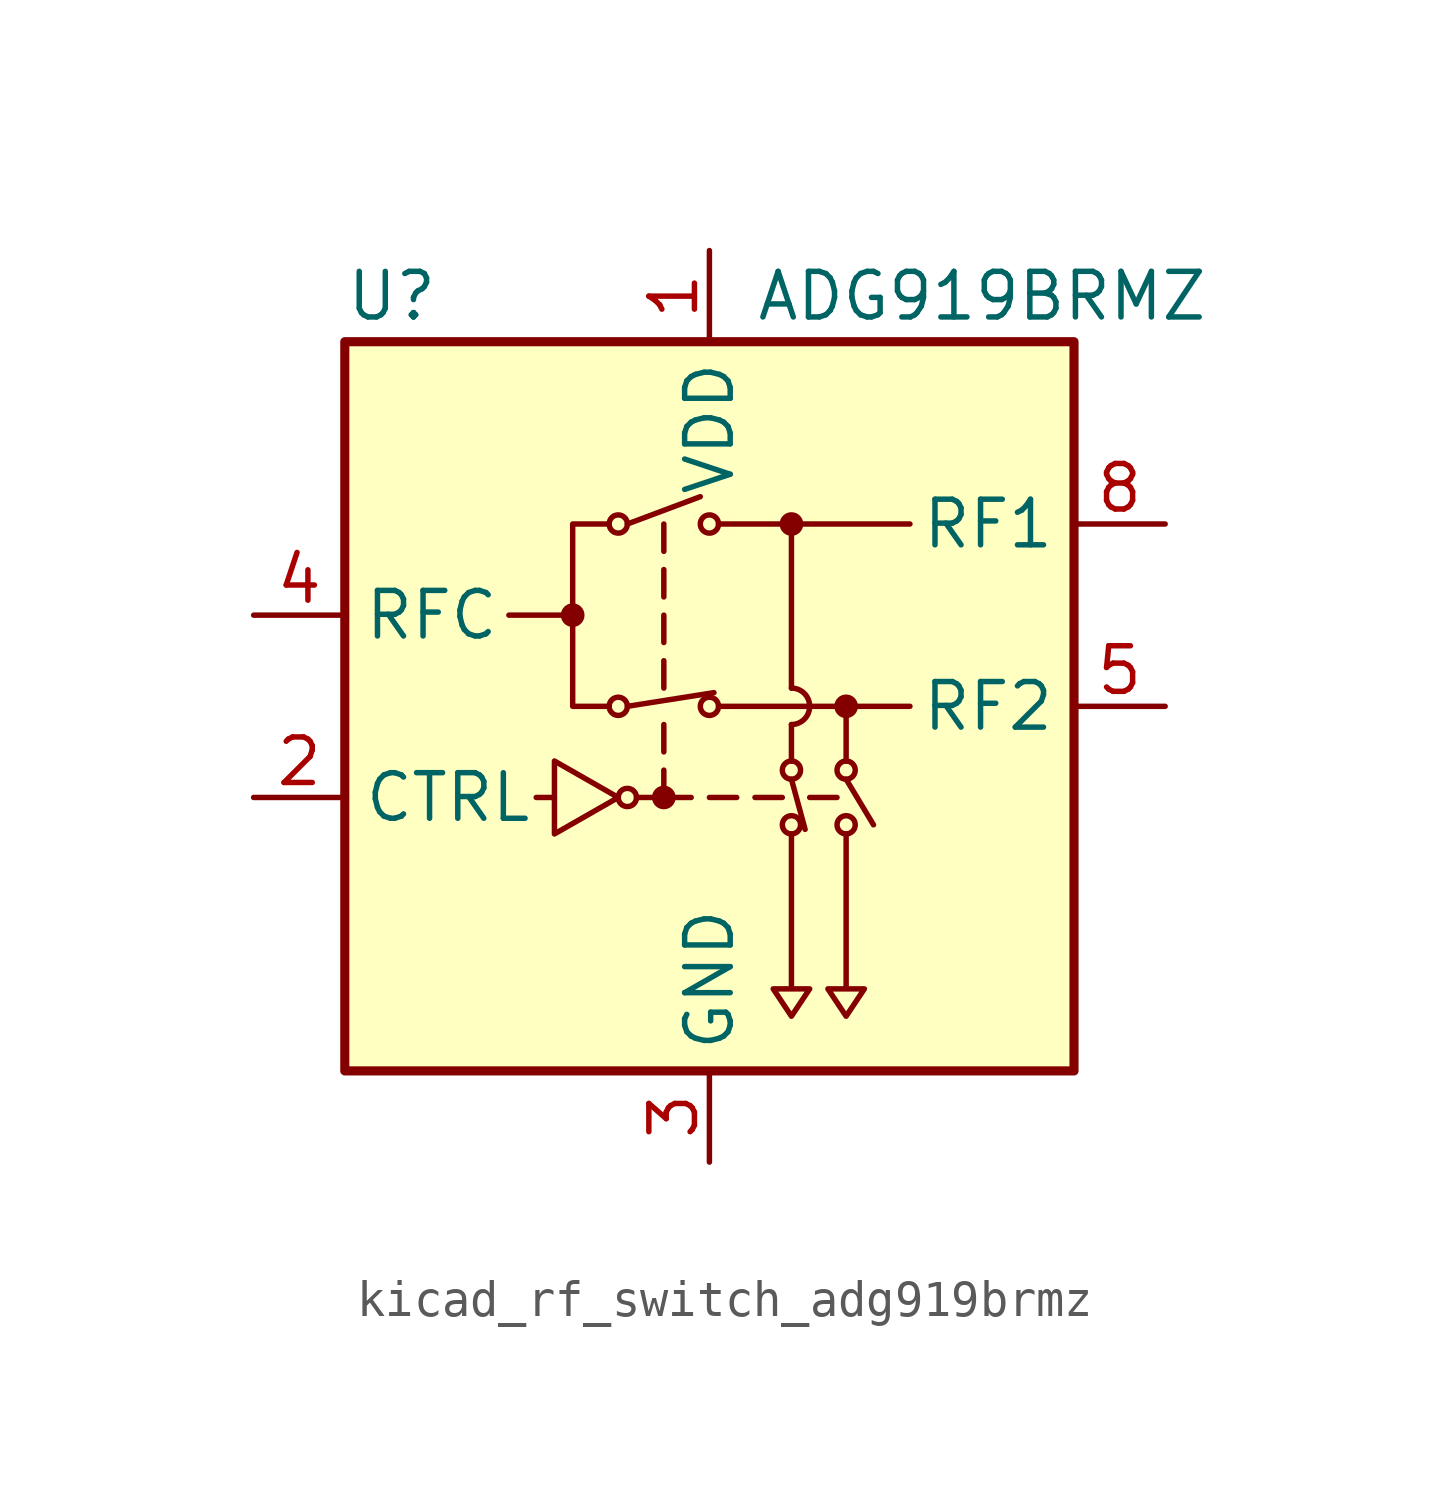
<source format=kicad_sym>
(kicad_symbol_lib
  (version 20220914)
  (generator kicad_symbol_editor)
  (symbol "kicad_rf_switch_adg919brmz"
    (property "Reference" "U"
      (at -10.16 11.43 0)
      (effects (font (size 1.27 1.27)) (justify left)))
    (property "Value" "ADG919BRMZ"
      (at 1.27 11.43 0)
      (effects (font (size 1.27 1.27)) (justify left)))
    (symbol "kicad_rf_switch_adg919brmz_0_0"
      (rectangle (start -10.16 10.16) (end 10.16 -10.16) (stroke (width 0.254) (type default)) (fill (type background)))
      (circle (center -3.81 2.54) (radius 0.254) (stroke (width 0) (type default)) (fill (type outline)))
      (circle (center -2.286 -2.54) (radius 0.254) (stroke (width 0) (type default)) (fill (type none)))
      (circle (center -1.27 -2.54) (radius 0.254) (stroke (width 0) (type default)) (fill (type outline)))
      (polyline (pts (xy -4.318 -2.54) (xy -4.826 -2.54)) (stroke (width 0) (type default)) (fill (type none)))
      (polyline (pts (xy -3.81 2.54) (xy -5.588 2.54)) (stroke (width 0) (type default)) (fill (type none)))
      (polyline (pts (xy -1.27 -2.54) (xy -1.27 -1.778)) (stroke (width 0) (type default)) (fill (type none)))
      (polyline (pts (xy -1.27 -1.27) (xy -1.27 -0.508)) (stroke (width 0) (type default)) (fill (type none)))
      (polyline (pts (xy -1.27 1.27) (xy -1.27 0.508)) (stroke (width 0) (type default)) (fill (type none)))
      (polyline (pts (xy -1.27 2.54) (xy -1.27 1.778)) (stroke (width 0) (type default)) (fill (type none)))
      (polyline (pts (xy -1.27 3.81) (xy -1.27 3.048)) (stroke (width 0) (type default)) (fill (type none)))
      (polyline (pts (xy -1.27 5.08) (xy -1.27 4.318)) (stroke (width 0) (type default)) (fill (type none)))
      (polyline (pts (xy -0.508 -2.54) (xy -2.032 -2.54)) (stroke (width 0) (type default)) (fill (type none)))
      (polyline (pts (xy 0 -2.54) (xy 0.762 -2.54)) (stroke (width 0) (type default)) (fill (type none)))
      (polyline (pts (xy 0.254 0) (xy 5.588 0)) (stroke (width 0) (type default)) (fill (type none)))
      (polyline (pts (xy 0.254 5.08) (xy 5.588 5.08)) (stroke (width 0) (type default)) (fill (type none)))
      (polyline (pts (xy 2.032 -2.54) (xy 1.27 -2.54)) (stroke (width 0) (type default)) (fill (type none)))
      (polyline (pts (xy 2.286 0.508) (xy 2.286 5.08)) (stroke (width 0) (type default)) (fill (type none)))
      (polyline (pts (xy 3.556 -2.54) (xy 2.794 -2.54)) (stroke (width 0) (type default)) (fill (type none)))
      (polyline (pts (xy -4.318 -1.524) (xy -4.318 -3.556) (xy -2.54 -2.54) (xy -4.318 -1.524)) (stroke (width 0) (type default)) (fill (type none)))
      (polyline (pts (xy -2.794 0) (xy -3.81 0) (xy -3.81 5.08) (xy -2.794 5.08)) (stroke (width 0) (type default)) (fill (type none)))
      (arc (start 2.286 -0.508) (mid 2.7918 0) (end 2.286 0.508) (stroke (width 0) (type default)) (fill (type none))))
    (symbol "kicad_rf_switch_adg919brmz_0_1"
      (circle (center -2.54 0) (radius 0.254) (stroke (width 0) (type default)) (fill (type none)))
      (circle (center -2.54 5.08) (radius 0.254) (stroke (width 0) (type default)) (fill (type none)))
      (polyline (pts (xy -2.286 0) (xy 0.127 0.381)) (stroke (width 0) (type default)) (fill (type none)))
      (polyline (pts (xy -2.286 5.08) (xy -0.254 5.842)) (stroke (width 0) (type default)) (fill (type none)))
      (polyline (pts (xy 2.286 -2.032) (xy 2.667 -3.429)) (stroke (width 0) (type default)) (fill (type none)))
      (polyline (pts (xy 2.286 -0.508) (xy 2.286 -1.524)) (stroke (width 0) (type default)) (fill (type none)))
      (polyline (pts (xy 3.81 -2.032) (xy 4.572 -3.302)) (stroke (width 0) (type default)) (fill (type none)))
      (polyline (pts (xy 3.81 0) (xy 3.81 -1.524)) (stroke (width 0) (type default)) (fill (type none)))
      (polyline (pts (xy 2.286 -3.556) (xy 2.286 -7.874) (xy 1.778 -7.874) (xy 2.286 -8.636) (xy 2.794 -7.874) (xy 2.286 -7.874)) (stroke (width 0) (type default)) (fill (type none)))
      (polyline (pts (xy 3.81 -3.556) (xy 3.81 -7.874) (xy 3.302 -7.874) (xy 3.81 -8.636) (xy 4.318 -7.874) (xy 3.81 -7.874)) (stroke (width 0) (type default)) (fill (type none)))
      (circle (center 0 0) (radius 0.254) (stroke (width 0) (type default)) (fill (type none)))
      (circle (center 0 5.08) (radius 0.254) (stroke (width 0) (type default)) (fill (type none)))
      (circle (center 2.286 -3.302) (radius 0.254) (stroke (width 0) (type default)) (fill (type none)))
      (circle (center 2.286 -1.778) (radius 0.254) (stroke (width 0) (type default)) (fill (type none)))
      (circle (center 2.286 5.08) (radius 0.254) (stroke (width 0) (type default)) (fill (type outline)))
      (circle (center 3.81 -3.302) (radius 0.254) (stroke (width 0) (type default)) (fill (type none)))
      (circle (center 3.81 -1.778) (radius 0.254) (stroke (width 0) (type default)) (fill (type none)))
      (circle (center 3.81 0) (radius 0.254) (stroke (width 0) (type default)) (fill (type outline))))
    (symbol "kicad_rf_switch_adg919brmz_1_1"
      (pin power_in line (at 0 12.7 270) (length 2.54) (name "VDD" (effects (font (size 1.27 1.27)))) (number "1" (effects (font (size 1.27 1.27)))))
      (pin input line (at -12.7 -2.54 0) (length 2.54) (name "CTRL" (effects (font (size 1.27 1.27)))) (number "2" (effects (font (size 1.27 1.27)))))
      (pin power_in line (at 0 -12.7 90) (length 2.54) (name "GND" (effects (font (size 1.27 1.27)))) (number "3" (effects (font (size 1.27 1.27)))))
      (pin passive line (at -12.7 2.54 0) (length 2.54) (name "RFC" (effects (font (size 1.27 1.27)))) (number "4" (effects (font (size 1.27 1.27)))))
      (pin passive line (at 12.7 0 180) (length 2.54) (name "RF2" (effects (font (size 1.27 1.27)))) (number "5" (effects (font (size 1.27 1.27)))))
      (pin passive line (at 0 -12.7 90) (length 2.54) hide (name "GND" (effects (font (size 1.27 1.27)))) (number "6" (effects (font (size 1.27 1.27)))))
      (pin passive line (at 0 -12.7 90) (length 2.54) hide (name "GND" (effects (font (size 1.27 1.27)))) (number "7" (effects (font (size 1.27 1.27)))))
      (pin passive line (at 12.7 5.08 180) (length 2.54) (name "RF1" (effects (font (size 1.27 1.27)))) (number "8" (effects (font (size 1.27 1.27))))))))
</source>
